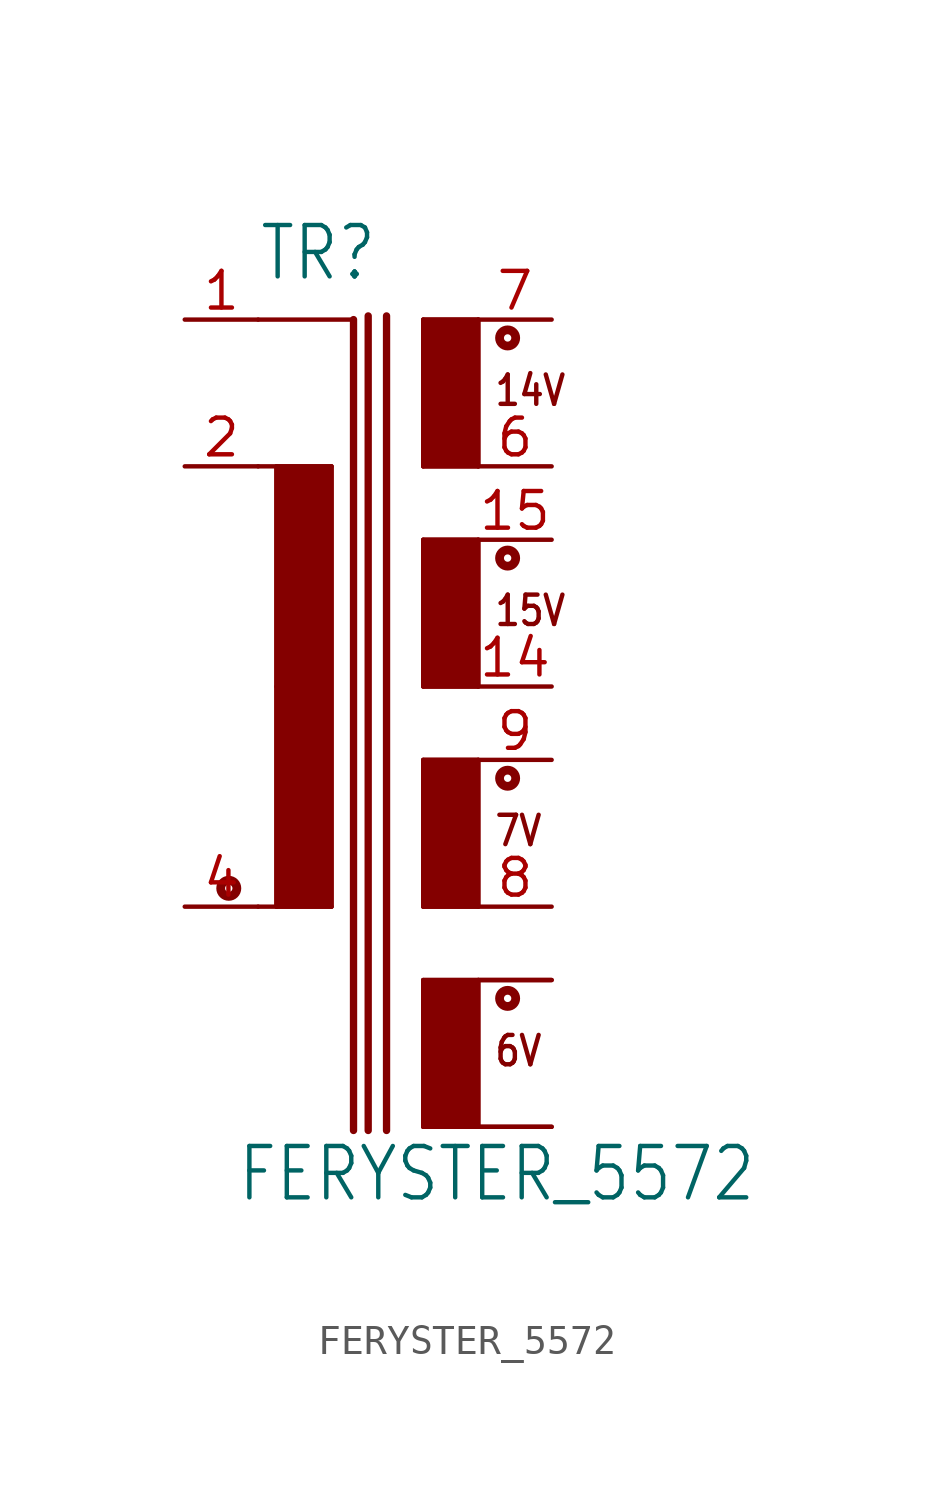
<source format=kicad_sym>
(kicad_symbol_lib
  (version 20211014)
  (generator kicad_symbol_editor)
  (symbol "FERYSTER_5572"
    (property "Reference" "TR"
      (at -2.54 13.97 0)
      (effects (font (size 1.778 1.511)) (justify left bottom)))
    (property "Value" "FERYSTER_5572"
      (at -3.302 -17.907 0)
      (effects (font (size 1.778 1.511)) (justify left bottom)))
    (property "ki_locked" ""
      (at 0 0 0)
      (effects (font (size 1.27 1.27))))
    (symbol "FERYSTER_5572_1_0"
      (circle (center -3.556 -6.985) (radius 0.127) (stroke (width 0.305) (type default) (color 0 0 0 0)) (fill (type none)))
      (rectangle (start -1.905 -7.62) (end 0 7.62) (stroke (width 0) (type default) (color 0 0 0 0)) (fill (type outline)))
      (polyline (pts (xy -2.54 7.62) (xy -1.905 7.62)) (stroke (width 0.152) (type default) (color 0 0 0 0)) (fill (type none)))
      (polyline (pts (xy -2.54 12.7) (xy 0.762 12.7)) (stroke (width 0.152) (type default) (color 0 0 0 0)) (fill (type none)))
      (polyline (pts (xy -1.905 -7.62) (xy -2.54 -7.62)) (stroke (width 0.152) (type default) (color 0 0 0 0)) (fill (type none)))
      (polyline (pts (xy -1.905 0) (xy -1.905 -7.62)) (stroke (width 0.152) (type default) (color 0 0 0 0)) (fill (type none)))
      (polyline (pts (xy -1.905 7.62) (xy -1.905 0)) (stroke (width 0.152) (type default) (color 0 0 0 0)) (fill (type none)))
      (polyline (pts (xy -1.905 7.62) (xy 0 7.62)) (stroke (width 0.152) (type default) (color 0 0 0 0)) (fill (type none)))
      (polyline (pts (xy 0 -7.62) (xy -1.905 -7.62)) (stroke (width 0.152) (type default) (color 0 0 0 0)) (fill (type none)))
      (polyline (pts (xy 0 7.62) (xy 0 -7.62)) (stroke (width 0.152) (type default) (color 0 0 0 0)) (fill (type none)))
      (polyline (pts (xy 0.762 12.7) (xy 0.762 -15.367)) (stroke (width 0.254) (type default) (color 0 0 0 0)) (fill (type none)))
      (polyline (pts (xy 1.27 12.827) (xy 1.27 -15.367)) (stroke (width 0.254) (type default) (color 0 0 0 0)) (fill (type none)))
      (polyline (pts (xy 1.905 12.827) (xy 1.905 -15.367)) (stroke (width 0.254) (type default) (color 0 0 0 0)) (fill (type none)))
      (polyline (pts (xy 3.175 -15.24) (xy 5.08 -15.24)) (stroke (width 0.152) (type default) (color 0 0 0 0)) (fill (type none)))
      (polyline (pts (xy 3.175 -10.16) (xy 3.175 -15.24)) (stroke (width 0.152) (type default) (color 0 0 0 0)) (fill (type none)))
      (polyline (pts (xy 3.175 -7.62) (xy 5.08 -7.62)) (stroke (width 0.152) (type default) (color 0 0 0 0)) (fill (type none)))
      (polyline (pts (xy 3.175 -2.54) (xy 3.175 -7.62)) (stroke (width 0.152) (type default) (color 0 0 0 0)) (fill (type none)))
      (polyline (pts (xy 3.175 0) (xy 5.08 0)) (stroke (width 0.152) (type default) (color 0 0 0 0)) (fill (type none)))
      (polyline (pts (xy 3.175 5.08) (xy 3.175 0)) (stroke (width 0.152) (type default) (color 0 0 0 0)) (fill (type none)))
      (polyline (pts (xy 3.175 7.62) (xy 5.08 7.62)) (stroke (width 0.152) (type default) (color 0 0 0 0)) (fill (type none)))
      (polyline (pts (xy 3.175 12.7) (xy 3.175 7.62)) (stroke (width 0.152) (type default) (color 0 0 0 0)) (fill (type none)))
      (polyline (pts (xy 5.08 -10.16) (xy 3.175 -10.16)) (stroke (width 0.152) (type default) (color 0 0 0 0)) (fill (type none)))
      (polyline (pts (xy 5.08 -10.16) (xy 5.08 -15.24)) (stroke (width 0.152) (type default) (color 0 0 0 0)) (fill (type none)))
      (polyline (pts (xy 5.08 -2.54) (xy 3.175 -2.54)) (stroke (width 0.152) (type default) (color 0 0 0 0)) (fill (type none)))
      (polyline (pts (xy 5.08 -2.54) (xy 5.08 -7.62)) (stroke (width 0.152) (type default) (color 0 0 0 0)) (fill (type none)))
      (polyline (pts (xy 5.08 5.08) (xy 3.175 5.08)) (stroke (width 0.152) (type default) (color 0 0 0 0)) (fill (type none)))
      (polyline (pts (xy 5.08 5.08) (xy 5.08 0)) (stroke (width 0.152) (type default) (color 0 0 0 0)) (fill (type none)))
      (polyline (pts (xy 5.08 12.7) (xy 3.175 12.7)) (stroke (width 0.152) (type default) (color 0 0 0 0)) (fill (type none)))
      (polyline (pts (xy 5.08 12.7) (xy 5.08 7.62)) (stroke (width 0.152) (type default) (color 0 0 0 0)) (fill (type none)))
      (rectangle (start 3.175 -15.24) (end 5.08 -10.16) (stroke (width 0) (type default) (color 0 0 0 0)) (fill (type outline)))
      (rectangle (start 3.175 -7.62) (end 5.08 -2.54) (stroke (width 0) (type default) (color 0 0 0 0)) (fill (type outline)))
      (rectangle (start 3.175 0) (end 5.08 5.08) (stroke (width 0) (type default) (color 0 0 0 0)) (fill (type outline)))
      (rectangle (start 3.175 7.62) (end 5.08 12.7) (stroke (width 0) (type default) (color 0 0 0 0)) (fill (type outline)))
      (circle (center 6.096 -10.795) (radius 0.127) (stroke (width 0.305) (type default) (color 0 0 0 0)) (fill (type none)))
      (circle (center 6.096 -3.175) (radius 0.127) (stroke (width 0.305) (type default) (color 0 0 0 0)) (fill (type none)))
      (circle (center 6.096 4.445) (radius 0.127) (stroke (width 0.305) (type default) (color 0 0 0 0)) (fill (type none)))
      (circle (center 6.096 12.065) (radius 0.127) (stroke (width 0.305) (type default) (color 0 0 0 0)) (fill (type none)))
      (text "14V" (at 5.588 9.652 0) (effects (font (size 1.016 0.864)) (justify left bottom)))
      (text "15V" (at 5.588 2.032 0) (effects (font (size 1.016 0.864)) (justify left bottom)))
      (text "6V" (at 5.588 -13.208 0) (effects (font (size 1.016 0.864)) (justify left bottom)))
      (text "7V" (at 5.588 -5.588 0) (effects (font (size 1.016 0.864)) (justify left bottom)))
      (pin passive line (at -5.08 12.7 0) (length 2.54) (name "SHIELD" (effects (font (size 0 0)))) (number "1" (effects (font (size 1.27 1.27)))))
      (pin passive line (at 7.62 -15.24 180) (length 2.54) (name "S1" (effects (font (size 0 0)))) (number "10" (effects (font (size 0 0)))))
      (pin passive line (at 7.62 -15.24 180) (length 2.54) (name "S1" (effects (font (size 0 0)))) (number "11" (effects (font (size 0 0)))))
      (pin passive line (at 7.62 -10.16 180) (length 2.54) (name "S1_DOT" (effects (font (size 0 0)))) (number "12" (effects (font (size 0 0)))))
      (pin passive line (at 7.62 -10.16 180) (length 2.54) (name "S1_DOT" (effects (font (size 0 0)))) (number "13" (effects (font (size 0 0)))))
      (pin passive line (at 7.62 0 180) (length 2.54) (name "S3" (effects (font (size 0 0)))) (number "14" (effects (font (size 1.27 1.27)))))
      (pin passive line (at 7.62 5.08 180) (length 2.54) (name "S3_DOT" (effects (font (size 0 0)))) (number "15" (effects (font (size 1.27 1.27)))))
      (pin passive line (at -5.08 7.62 0) (length 2.54) (name "P" (effects (font (size 0 0)))) (number "2" (effects (font (size 1.27 1.27)))))
      (pin passive line (at -5.08 -7.62 0) (length 2.54) (name "P2_DOT" (effects (font (size 0 0)))) (number "4" (effects (font (size 1.27 1.27)))))
      (pin passive line (at 7.62 7.62 180) (length 2.54) (name "S_BIAS" (effects (font (size 0 0)))) (number "6" (effects (font (size 1.27 1.27)))))
      (pin passive line (at 7.62 12.7 180) (length 2.54) (name "S_BIAS_DOT" (effects (font (size 0 0)))) (number "7" (effects (font (size 1.27 1.27)))))
      (pin passive line (at 7.62 -7.62 180) (length 2.54) (name "S2" (effects (font (size 0 0)))) (number "8" (effects (font (size 1.27 1.27)))))
      (pin passive line (at 7.62 -2.54 180) (length 2.54) (name "S2_DOT" (effects (font (size 0 0)))) (number "9" (effects (font (size 1.27 1.27))))))))
</source>
